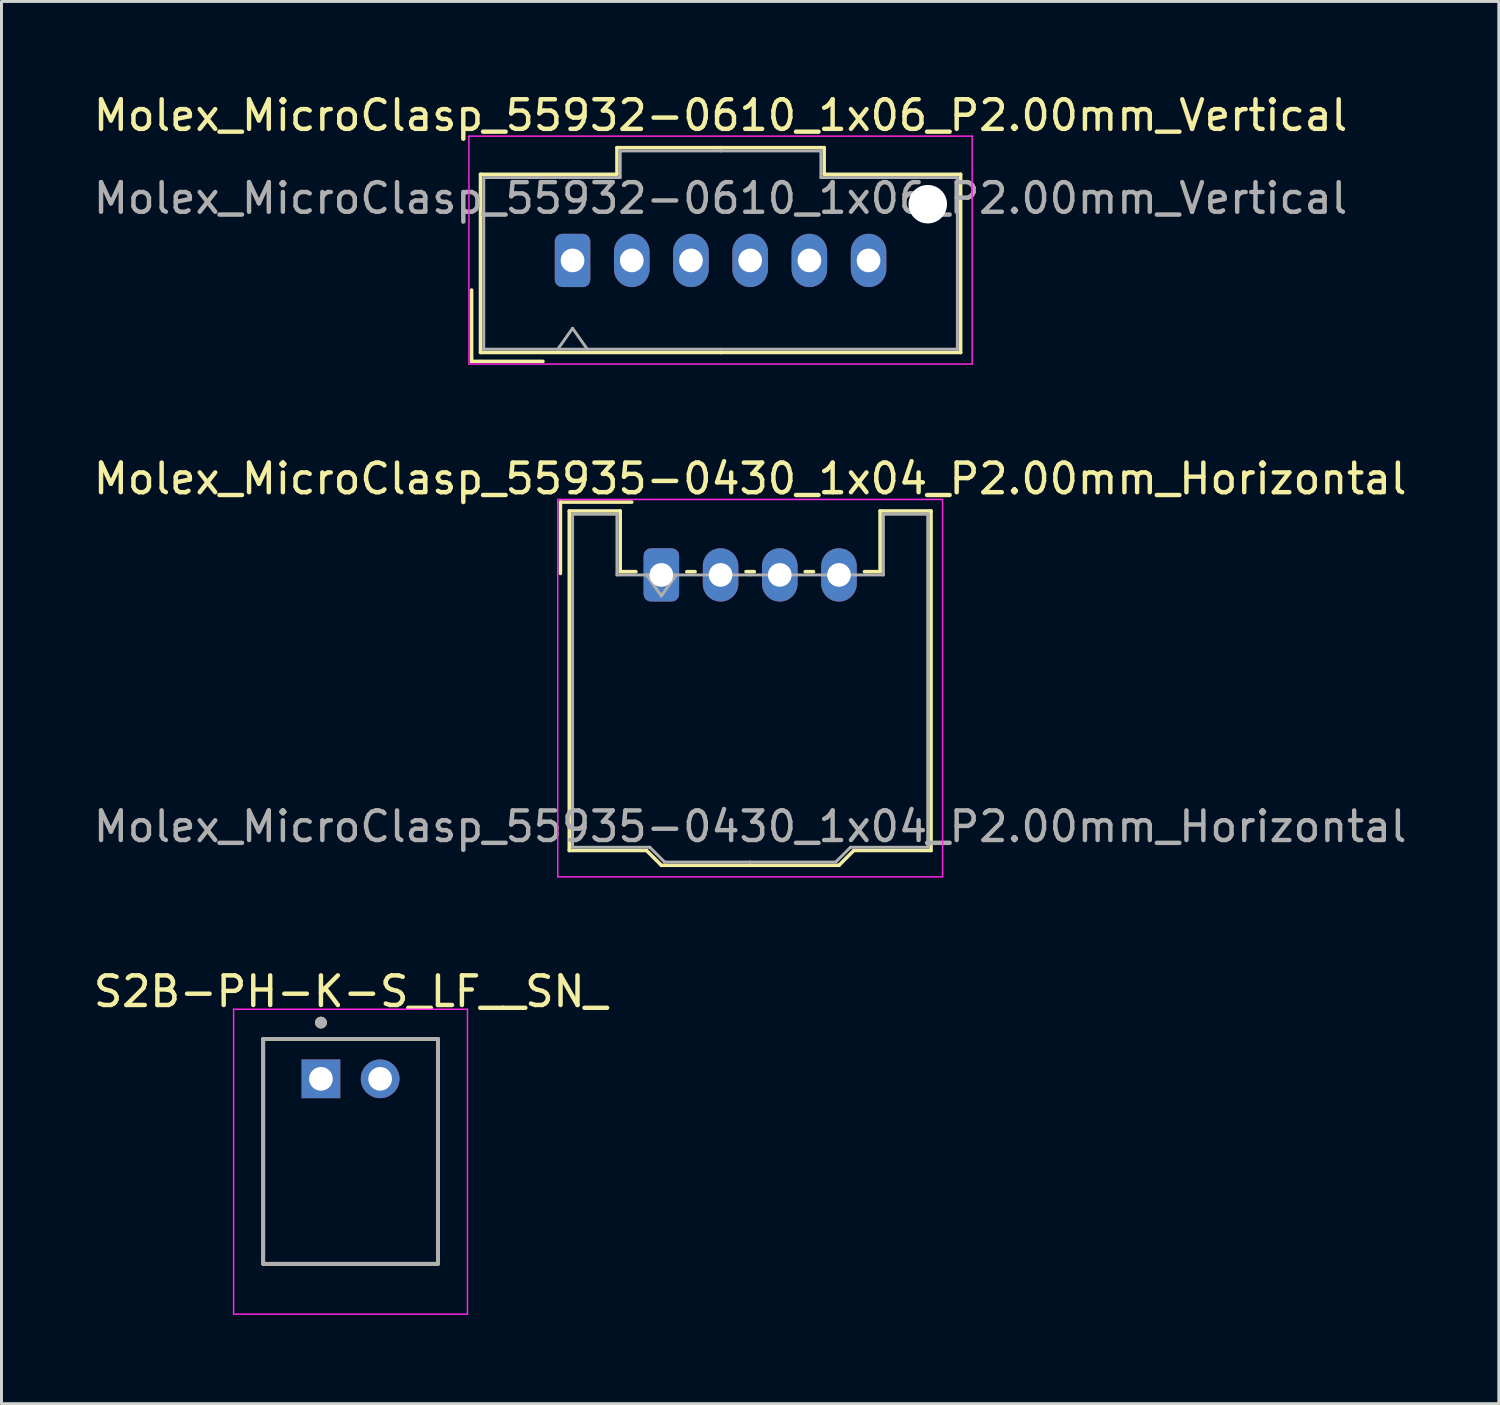
<source format=kicad_pcb>
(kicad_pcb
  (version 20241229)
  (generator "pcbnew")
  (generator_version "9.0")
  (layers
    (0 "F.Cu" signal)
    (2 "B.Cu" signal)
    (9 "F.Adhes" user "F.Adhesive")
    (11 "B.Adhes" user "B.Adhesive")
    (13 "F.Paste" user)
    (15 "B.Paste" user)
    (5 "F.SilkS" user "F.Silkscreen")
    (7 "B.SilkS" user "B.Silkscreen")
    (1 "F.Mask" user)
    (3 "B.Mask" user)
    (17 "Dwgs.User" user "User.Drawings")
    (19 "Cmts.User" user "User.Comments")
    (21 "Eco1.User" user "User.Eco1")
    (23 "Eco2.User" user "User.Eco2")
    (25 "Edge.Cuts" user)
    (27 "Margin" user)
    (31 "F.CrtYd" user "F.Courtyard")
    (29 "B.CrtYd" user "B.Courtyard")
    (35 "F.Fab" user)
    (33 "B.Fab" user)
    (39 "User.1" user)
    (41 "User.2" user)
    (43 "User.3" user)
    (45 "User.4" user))
  (footprint "Molex_MicroClasp_55932-0610_1x06_P2.00mm_Vertical"
    (layer "F.Cu")
    (at 16.292 5.748)
    (property "Reference" "Molex_MicroClasp_55932-0610_1x06_P2.00mm_Vertical" (at 5 -4.9 0) (layer "F.SilkS") (effects (font (size 1 1) (thickness 0.15))))
    (attr through_hole)
    (fp_line (start -3.41 1) (end -3.41 3.41) (stroke (width 0.12) (type solid)) (layer "F.SilkS"))
    (fp_line (start -3.41 3.41) (end -1 3.41) (stroke (width 0.12) (type solid)) (layer "F.SilkS"))
    (fp_line (start -3.11 -2.91) (end -3.11 3.11) (stroke (width 0.12) (type solid)) (layer "F.SilkS"))
    (fp_line (start -3.11 3.11) (end 5 3.11) (stroke (width 0.12) (type solid)) (layer "F.SilkS"))
    (fp_line (start 1.5 -3.81) (end 1.5 -2.91) (stroke (width 0.12) (type solid)) (layer "F.SilkS"))
    (fp_line (start 1.5 -2.91) (end -3.11 -2.91) (stroke (width 0.12) (type solid)) (layer "F.SilkS"))
    (fp_line (start 5 -3.81) (end 1.5 -3.81) (stroke (width 0.12) (type solid)) (layer "F.SilkS"))
    (fp_line (start 5 -3.81) (end 8.5 -3.81) (stroke (width 0.12) (type solid)) (layer "F.SilkS"))
    (fp_line (start 8.5 -3.81) (end 8.5 -2.91) (stroke (width 0.12) (type solid)) (layer "F.SilkS"))
    (fp_line (start 8.5 -2.91) (end 13.11 -2.91) (stroke (width 0.12) (type solid)) (layer "F.SilkS"))
    (fp_line (start 13.11 -2.91) (end 13.11 3.11) (stroke (width 0.12) (type solid)) (layer "F.SilkS"))
    (fp_line (start 13.11 3.11) (end 5 3.11) (stroke (width 0.12) (type solid)) (layer "F.SilkS"))
    (fp_line (start -3.5 -4.2) (end -3.5 3.5) (stroke (width 0.05) (type solid)) (layer "F.CrtYd"))
    (fp_line (start -3.5 3.5) (end 13.5 3.5) (stroke (width 0.05) (type solid)) (layer "F.CrtYd"))
    (fp_line (start 13.5 -4.2) (end -3.5 -4.2) (stroke (width 0.05) (type solid)) (layer "F.CrtYd"))
    (fp_line (start 13.5 3.5) (end 13.5 -4.2) (stroke (width 0.05) (type solid)) (layer "F.CrtYd"))
    (fp_line (start -3 -2.8) (end -3 3) (stroke (width 0.1) (type solid)) (layer "F.Fab"))
    (fp_line (start -3 3) (end 5 3) (stroke (width 0.1) (type solid)) (layer "F.Fab"))
    (fp_line (start -0.5 3) (end 0 2.293) (stroke (width 0.1) (type solid)) (layer "F.Fab"))
    (fp_line (start 0 2.293) (end 0.5 3) (stroke (width 0.1) (type solid)) (layer "F.Fab"))
    (fp_line (start 1.61 -3.7) (end 1.61 -2.8) (stroke (width 0.1) (type solid)) (layer "F.Fab"))
    (fp_line (start 1.61 -2.8) (end -3 -2.8) (stroke (width 0.1) (type solid)) (layer "F.Fab"))
    (fp_line (start 5 -3.7) (end 1.61 -3.7) (stroke (width 0.1) (type solid)) (layer "F.Fab"))
    (fp_line (start 5 -3.7) (end 8.39 -3.7) (stroke (width 0.1) (type solid)) (layer "F.Fab"))
    (fp_line (start 8.39 -3.7) (end 8.39 -2.8) (stroke (width 0.1) (type solid)) (layer "F.Fab"))
    (fp_line (start 8.39 -2.8) (end 13 -2.8) (stroke (width 0.1) (type solid)) (layer "F.Fab"))
    (fp_line (start 13 -2.8) (end 13 3) (stroke (width 0.1) (type solid)) (layer "F.Fab"))
    (fp_line (start 13 3) (end 5 3) (stroke (width 0.1) (type solid)) (layer "F.Fab"))
    (fp_text user "${REFERENCE}" (at 5 -2.1 0) (layer "F.Fab") (effects (font (size 1 1) (thickness 0.15))))
    (pad "" np_thru_hole circle (at 12 -1.9) (size 1.3 1.3) (drill 1.3) (layers "*.Cu" "*.Mask"))
    (pad "1" thru_hole roundrect (at 0 0) (size 1.2 1.8) (drill 0.8) (layers "*.Cu" "*.Mask") (roundrect_rratio 0.208))
    (pad "2" thru_hole oval (at 2 0) (size 1.2 1.8) (drill 0.8) (layers "*.Cu" "*.Mask"))
    (pad "3" thru_hole oval (at 4 0) (size 1.2 1.8) (drill 0.8) (layers "*.Cu" "*.Mask"))
    (pad "4" thru_hole oval (at 6 0) (size 1.2 1.8) (drill 0.8) (layers "*.Cu" "*.Mask"))
    (pad "5" thru_hole oval (at 8 0) (size 1.2 1.8) (drill 0.8) (layers "*.Cu" "*.Mask"))
    (pad "6" thru_hole oval (at 10 0) (size 1.2 1.8) (drill 0.8) (layers "*.Cu" "*.Mask")))
  (footprint "S2B-PH-K-S_LF__SN_"
    (layer "F.Cu")
    (at 8.792 33.395)
    (property "Reference" "S2B-PH-K-S_LF__SN_" (at 0 -2.95 0) (layer "F.SilkS") (effects (font (size 1 1) (thickness 0.15))))
    (attr through_hole)
    (fp_line (start -2.95 -1.35) (end 2.95 -1.35) (stroke (width 0.127) (type solid)) (layer "F.SilkS"))
    (fp_line (start -2.95 6.25) (end -2.95 -1.35) (stroke (width 0.127) (type solid)) (layer "F.SilkS"))
    (fp_line (start 2.95 -1.35) (end 2.95 6.25) (stroke (width 0.127) (type solid)) (layer "F.SilkS"))
    (fp_line (start 2.95 6.25) (end -2.95 6.25) (stroke (width 0.127) (type solid)) (layer "F.SilkS"))
    (fp_circle (center -1 -1.9) (end -0.9 -1.9) (stroke (width 0.2) (type solid)) (fill no) (layer "F.SilkS"))
    (fp_line (start -3.95 -2.35) (end -3.95 7.95) (stroke (width 0.05) (type solid)) (layer "F.CrtYd"))
    (fp_line (start -3.95 -2.35) (end 3.95 -2.35) (stroke (width 0.05) (type solid)) (layer "F.CrtYd"))
    (fp_line (start -3.95 7.95) (end 3.95 7.95) (stroke (width 0.05) (type solid)) (layer "F.CrtYd"))
    (fp_line (start 3.95 -2.35) (end 3.95 7.95) (stroke (width 0.05) (type solid)) (layer "F.CrtYd"))
    (fp_line (start -2.95 -1.35) (end 2.95 -1.35) (stroke (width 0.127) (type solid)) (layer "F.Fab"))
    (fp_line (start -2.95 6.25) (end -2.95 -1.35) (stroke (width 0.127) (type solid)) (layer "F.Fab"))
    (fp_line (start 2.95 -1.35) (end 2.95 6.25) (stroke (width 0.127) (type solid)) (layer "F.Fab"))
    (fp_line (start 2.95 6.25) (end -2.95 6.25) (stroke (width 0.127) (type solid)) (layer "F.Fab"))
    (fp_circle (center -1 -1.9) (end -0.9 -1.9) (stroke (width 0.2) (type solid)) (fill no) (layer "F.Fab"))
    (pad "1" thru_hole rect (at -1 0) (size 1.308 1.308) (drill 0.8) (layers "*.Cu" "*.Mask"))
    (pad "2" thru_hole circle (at 1 0) (size 1.308 1.308) (drill 0.8) (layers "*.Cu" "*.Mask")))
  (footprint "Molex_MicroClasp_55935-0430_1x04_P2.00mm_Horizontal"
    (layer "F.Cu")
    (at 19.292 16.372)
    (property "Reference" "Molex_MicroClasp_55935-0430_1x04_P2.00mm_Horizontal" (at 3 -3.25 0) (layer "F.SilkS") (effects (font (size 1 1) (thickness 0.15))))
    (attr through_hole)
    (fp_line (start -3.41 -2.46) (end -1 -2.46) (stroke (width 0.12) (type solid)) (layer "F.SilkS"))
    (fp_line (start -3.41 -0.05) (end -3.41 -2.46) (stroke (width 0.12) (type solid)) (layer "F.SilkS"))
    (fp_line (start -3.11 -2.16) (end -1.39 -2.16) (stroke (width 0.12) (type solid)) (layer "F.SilkS"))
    (fp_line (start -3.11 9.31) (end -3.11 -2.16) (stroke (width 0.12) (type solid)) (layer "F.SilkS"))
    (fp_line (start -1.39 -2.16) (end -1.39 -0.11) (stroke (width 0.12) (type solid)) (layer "F.SilkS"))
    (fp_line (start -1.39 -0.11) (end -0.86 -0.11) (stroke (width 0.12) (type solid)) (layer "F.SilkS"))
    (fp_line (start -0.5 9.31) (end -3.11 9.31) (stroke (width 0.12) (type solid)) (layer "F.SilkS"))
    (fp_line (start 0 9.81) (end -0.5 9.31) (stroke (width 0.12) (type solid)) (layer "F.SilkS"))
    (fp_line (start 0.86 -0.11) (end 1.14 -0.11) (stroke (width 0.12) (type solid)) (layer "F.SilkS"))
    (fp_line (start 2.86 -0.11) (end 3.14 -0.11) (stroke (width 0.12) (type solid)) (layer "F.SilkS"))
    (fp_line (start 3 9.81) (end 0 9.81) (stroke (width 0.12) (type solid)) (layer "F.SilkS"))
    (fp_line (start 3 9.81) (end 6 9.81) (stroke (width 0.12) (type solid)) (layer "F.SilkS"))
    (fp_line (start 4.86 -0.11) (end 5.14 -0.11) (stroke (width 0.12) (type solid)) (layer "F.SilkS"))
    (fp_line (start 6 9.81) (end 6.5 9.31) (stroke (width 0.12) (type solid)) (layer "F.SilkS"))
    (fp_line (start 6.5 9.31) (end 9.11 9.31) (stroke (width 0.12) (type solid)) (layer "F.SilkS"))
    (fp_line (start 7.39 -2.16) (end 7.39 -0.11) (stroke (width 0.12) (type solid)) (layer "F.SilkS"))
    (fp_line (start 7.39 -0.11) (end 6.86 -0.11) (stroke (width 0.12) (type solid)) (layer "F.SilkS"))
    (fp_line (start 9.11 -2.16) (end 7.39 -2.16) (stroke (width 0.12) (type solid)) (layer "F.SilkS"))
    (fp_line (start 9.11 9.31) (end 9.11 -2.16) (stroke (width 0.12) (type solid)) (layer "F.SilkS"))
    (fp_line (start -3.5 -2.55) (end -3.5 10.2) (stroke (width 0.05) (type solid)) (layer "F.CrtYd"))
    (fp_line (start -3.5 10.2) (end 9.5 10.2) (stroke (width 0.05) (type solid)) (layer "F.CrtYd"))
    (fp_line (start 9.5 -2.55) (end -3.5 -2.55) (stroke (width 0.05) (type solid)) (layer "F.CrtYd"))
    (fp_line (start 9.5 10.2) (end 9.5 -2.55) (stroke (width 0.05) (type solid)) (layer "F.CrtYd"))
    (fp_line (start -3 -2.05) (end -1.5 -2.05) (stroke (width 0.1) (type solid)) (layer "F.Fab"))
    (fp_line (start -3 9.2) (end -3 -2.05) (stroke (width 0.1) (type solid)) (layer "F.Fab"))
    (fp_line (start -1.5 -2.05) (end -1.5 0) (stroke (width 0.1) (type solid)) (layer "F.Fab"))
    (fp_line (start -1.5 0) (end 3 0) (stroke (width 0.1) (type solid)) (layer "F.Fab"))
    (fp_line (start -0.5 0) (end 0 0.707) (stroke (width 0.1) (type solid)) (layer "F.Fab"))
    (fp_line (start -0.39 9.2) (end -3 9.2) (stroke (width 0.1) (type solid)) (layer "F.Fab"))
    (fp_line (start 0 0.707) (end 0.5 0) (stroke (width 0.1) (type solid)) (layer "F.Fab"))
    (fp_line (start 0.11 9.7) (end -0.39 9.2) (stroke (width 0.1) (type solid)) (layer "F.Fab"))
    (fp_line (start 3 9.7) (end 0.11 9.7) (stroke (width 0.1) (type solid)) (layer "F.Fab"))
    (fp_line (start 3 9.7) (end 5.89 9.7) (stroke (width 0.1) (type solid)) (layer "F.Fab"))
    (fp_line (start 5.89 9.7) (end 6.39 9.2) (stroke (width 0.1) (type solid)) (layer "F.Fab"))
    (fp_line (start 6.39 9.2) (end 9 9.2) (stroke (width 0.1) (type solid)) (layer "F.Fab"))
    (fp_line (start 7.5 -2.05) (end 7.5 0) (stroke (width 0.1) (type solid)) (layer "F.Fab"))
    (fp_line (start 7.5 0) (end 3 0) (stroke (width 0.1) (type solid)) (layer "F.Fab"))
    (fp_line (start 9 -2.05) (end 7.5 -2.05) (stroke (width 0.1) (type solid)) (layer "F.Fab"))
    (fp_line (start 9 9.2) (end 9 -2.05) (stroke (width 0.1) (type solid)) (layer "F.Fab"))
    (fp_text user "${REFERENCE}" (at 3 8.5 0) (layer "F.Fab") (effects (font (size 1 1) (thickness 0.15))))
    (pad "1" thru_hole roundrect (at 0 0) (size 1.2 1.8) (drill 0.8) (layers "*.Cu" "*.Mask") (roundrect_rratio 0.208))
    (pad "2" thru_hole oval (at 2 0) (size 1.2 1.8) (drill 0.8) (layers "*.Cu" "*.Mask"))
    (pad "3" thru_hole oval (at 4 0) (size 1.2 1.8) (drill 0.8) (layers "*.Cu" "*.Mask"))
    (pad "4" thru_hole oval (at 6 0) (size 1.2 1.8) (drill 0.8) (layers "*.Cu" "*.Mask")))
  (gr_rect
    (start -3 -3)
    (end 47.583 44.37)
    (stroke (width 0.1) (type default))
    (fill no)
    (layer "Edge.Cuts")))
</source>
